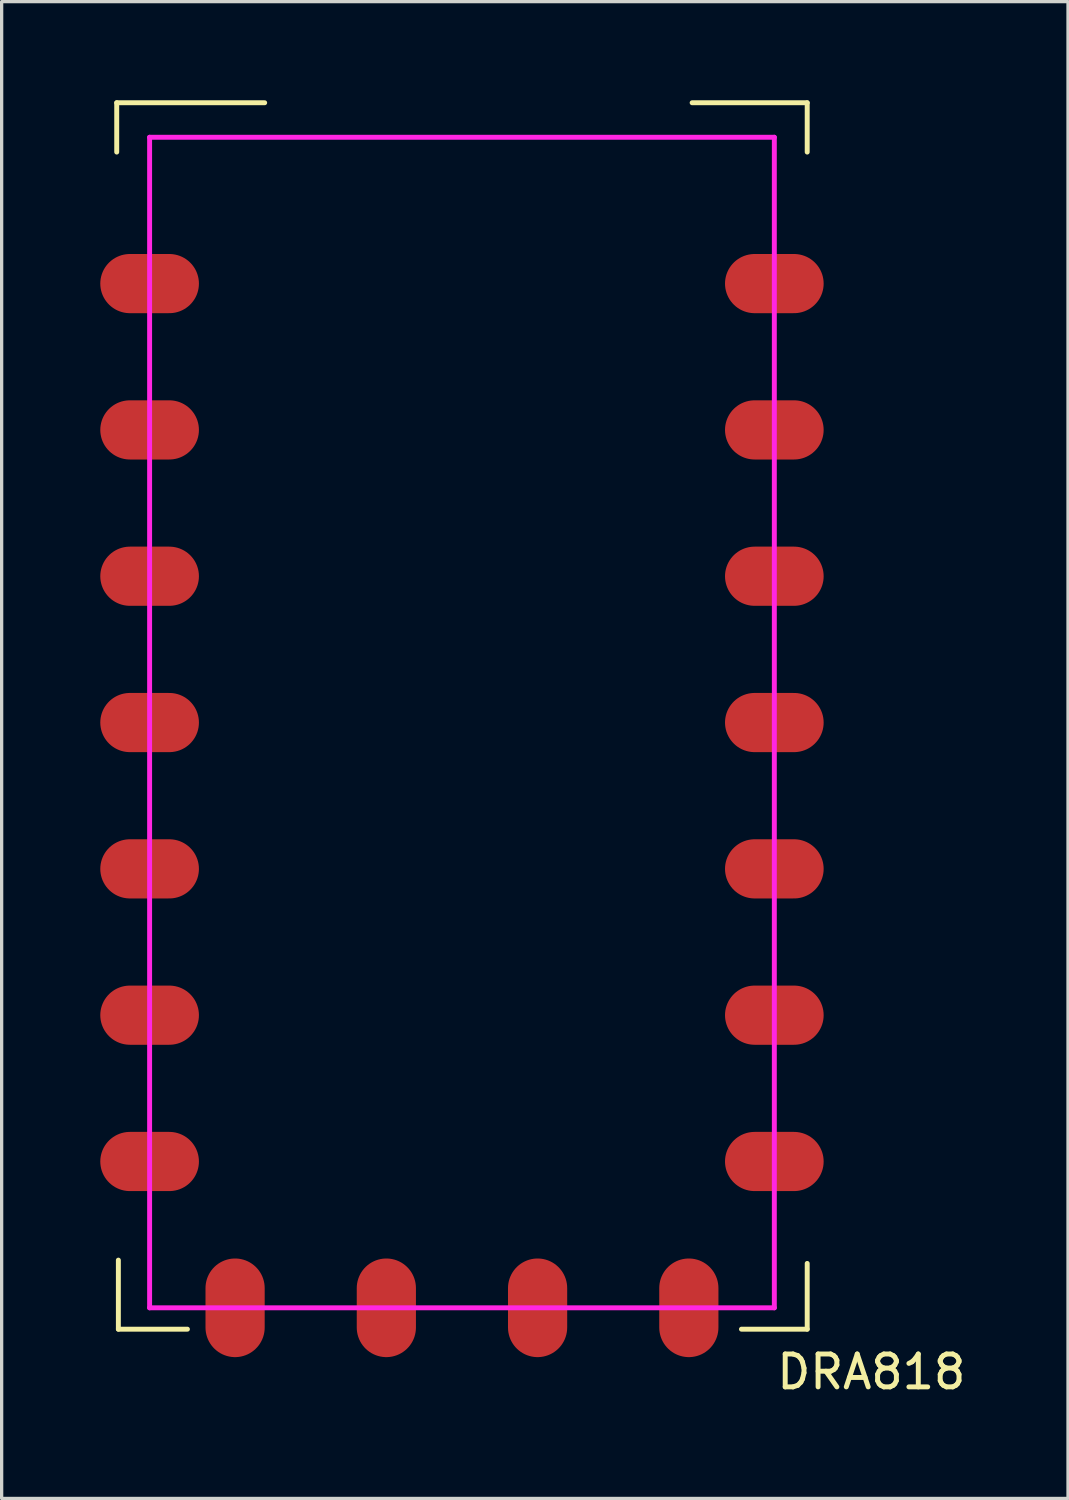
<source format=kicad_pcb>
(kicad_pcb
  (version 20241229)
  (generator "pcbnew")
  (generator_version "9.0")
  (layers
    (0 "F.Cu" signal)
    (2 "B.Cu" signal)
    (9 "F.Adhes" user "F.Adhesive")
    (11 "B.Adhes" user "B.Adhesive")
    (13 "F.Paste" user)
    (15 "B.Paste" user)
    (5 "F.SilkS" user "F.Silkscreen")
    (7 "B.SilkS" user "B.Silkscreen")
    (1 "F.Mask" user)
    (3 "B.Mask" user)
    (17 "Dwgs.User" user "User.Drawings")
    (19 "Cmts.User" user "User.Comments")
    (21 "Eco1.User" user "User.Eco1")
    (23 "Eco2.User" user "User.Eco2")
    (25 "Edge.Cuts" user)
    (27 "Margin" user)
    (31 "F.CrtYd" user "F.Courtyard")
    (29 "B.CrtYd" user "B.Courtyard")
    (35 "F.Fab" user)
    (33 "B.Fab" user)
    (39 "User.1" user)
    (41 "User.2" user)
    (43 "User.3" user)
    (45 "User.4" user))
  (footprint "DRA818"
    (layer "F.Cu")
    (at 20.5 5.575)
    (property "Reference" "DRA818" (at 2.95 33.1 0) (layer "F.SilkS") (effects (font (size 1 1) (thickness 0.15))))
    (attr smd)
    (fp_line (start -20 -5.5) (end -20 -4) (stroke (width 0.15) (type solid)) (layer "F.SilkS"))
    (fp_line (start -19.95 31.8) (end -19.95 29.7) (stroke (width 0.15) (type solid)) (layer "F.SilkS"))
    (fp_line (start -17.85 31.8) (end -19.95 31.8) (stroke (width 0.15) (type solid)) (layer "F.SilkS"))
    (fp_line (start -15.5 -5.5) (end -20 -5.5) (stroke (width 0.15) (type solid)) (layer "F.SilkS"))
    (fp_line (start -2.5 -5.5) (end 1 -5.5) (stroke (width 0.15) (type solid)) (layer "F.SilkS"))
    (fp_line (start -1 31.8) (end 1 31.8) (stroke (width 0.15) (type solid)) (layer "F.SilkS"))
    (fp_line (start 1 -5.5) (end 1 -4) (stroke (width 0.15) (type solid)) (layer "F.SilkS"))
    (fp_line (start 1 31.8) (end 1 29.8) (stroke (width 0.15) (type solid)) (layer "F.SilkS"))
    (fp_line (start -19 -4.45) (end 0 -4.45) (stroke (width 0.15) (type solid)) (layer "F.CrtYd"))
    (fp_line (start -19 31.15) (end -19 -4.45) (stroke (width 0.15) (type solid)) (layer "F.CrtYd"))
    (fp_line (start 0 -4.45) (end 0 31.15) (stroke (width 0.15) (type solid)) (layer "F.CrtYd"))
    (fp_line (start 0 31.15) (end -19 31.15) (stroke (width 0.15) (type solid)) (layer "F.CrtYd"))
    (pad "1" smd oval (at 0 0) (size 3 1.8) (layers "F.Cu" "F.Mask" "F.Paste"))
    (pad "2" smd oval (at 0 4.45) (size 3 1.8) (layers "F.Cu" "F.Mask" "F.Paste"))
    (pad "3" smd oval (at 0 8.9) (size 3 1.8) (layers "F.Cu" "F.Mask" "F.Paste"))
    (pad "4" smd oval (at 0 13.35) (size 3 1.8) (layers "F.Cu" "F.Mask" "F.Paste"))
    (pad "5" smd oval (at 0 17.8) (size 3 1.8) (layers "F.Cu" "F.Mask" "F.Paste"))
    (pad "6" smd oval (at 0 22.25) (size 3 1.8) (layers "F.Cu" "F.Mask" "F.Paste"))
    (pad "7" smd oval (at 0 26.7) (size 3 1.8) (layers "F.Cu" "F.Mask" "F.Paste"))
    (pad "8" smd oval (at -2.6 31.15 90) (size 3 1.8) (layers "F.Cu" "F.Mask" "F.Paste"))
    (pad "9" smd oval (at -7.2 31.15 90) (size 3 1.8) (layers "F.Cu" "F.Mask" "F.Paste"))
    (pad "10" smd oval (at -11.8 31.15 90) (size 3 1.8) (layers "F.Cu" "F.Mask" "F.Paste"))
    (pad "11" smd oval (at -16.4 31.15 90) (size 3 1.8) (layers "F.Cu" "F.Mask" "F.Paste"))
    (pad "12" smd oval (at -19 26.7) (size 3 1.8) (layers "F.Cu" "F.Mask" "F.Paste"))
    (pad "13" smd oval (at -19 22.25) (size 3 1.8) (layers "F.Cu" "F.Mask" "F.Paste"))
    (pad "14" smd oval (at -19 17.8) (size 3 1.8) (layers "F.Cu" "F.Mask" "F.Paste"))
    (pad "15" smd oval (at -19 13.35) (size 3 1.8) (layers "F.Cu" "F.Mask" "F.Paste"))
    (pad "16" smd oval (at -19 8.9) (size 3 1.8) (layers "F.Cu" "F.Mask" "F.Paste"))
    (pad "17" smd oval (at -19 4.45) (size 3 1.8) (layers "F.Cu" "F.Mask" "F.Paste"))
    (pad "18" smd oval (at -19 0) (size 3 1.8) (layers "F.Cu" "F.Mask" "F.Paste")))
  (gr_rect
    (start -3 -3)
    (end 29.432 42.523)
    (stroke (width 0.1) (type default))
    (fill no)
    (layer "Edge.Cuts")))
</source>
